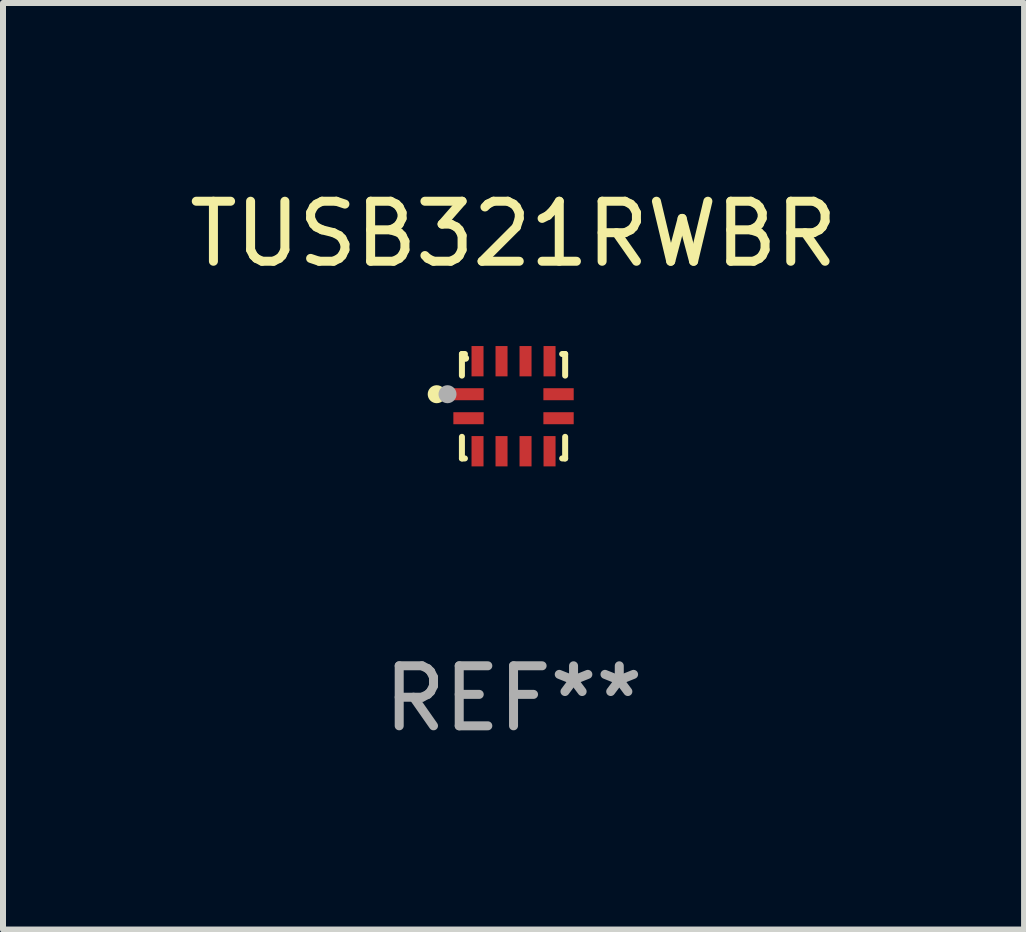
<source format=kicad_pcb>
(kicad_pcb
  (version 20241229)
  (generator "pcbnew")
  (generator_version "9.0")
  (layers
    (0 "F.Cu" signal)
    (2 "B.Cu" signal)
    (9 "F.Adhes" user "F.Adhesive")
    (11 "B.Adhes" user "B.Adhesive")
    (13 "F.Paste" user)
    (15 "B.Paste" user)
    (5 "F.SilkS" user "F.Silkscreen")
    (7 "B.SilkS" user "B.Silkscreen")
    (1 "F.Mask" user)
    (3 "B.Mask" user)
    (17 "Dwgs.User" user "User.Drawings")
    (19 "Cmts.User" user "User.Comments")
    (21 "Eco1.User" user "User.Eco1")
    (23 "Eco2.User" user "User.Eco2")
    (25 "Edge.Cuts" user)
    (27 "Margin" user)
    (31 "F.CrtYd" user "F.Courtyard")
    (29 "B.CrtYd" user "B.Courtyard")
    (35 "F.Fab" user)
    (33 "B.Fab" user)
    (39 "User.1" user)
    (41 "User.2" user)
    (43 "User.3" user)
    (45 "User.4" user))
  (footprint "TUSB321RWBR"
    (layer "F.Cu")
    (at 5.506 3.718)
    (property "Reference" "TUSB321RWBR" (at -0.000064 -2.87 0) (layer "F.SilkS") (effects (font (size 1 1) (thickness 0.15))))
    (attr through_hole)
    (fp_line (start -0.86 0.87) (end -0.86 0.51) (stroke (width 0.1) (type solid)) (layer "F.SilkS"))
    (fp_line (start -0.86 0.87) (end -0.81 0.87) (stroke (width 0.1) (type solid)) (layer "F.SilkS"))
    (fp_line (start -0.86 -0.87) (end -0.86 -0.51) (stroke (width 0.1) (type solid)) (layer "F.SilkS"))
    (fp_line (start -0.86 -0.87) (end -0.81 -0.87) (stroke (width 0.1) (type solid)) (layer "F.SilkS"))
    (fp_line (start 0.86 -0.87) (end 0.81 -0.87) (stroke (width 0.1) (type solid)) (layer "F.SilkS"))
    (fp_line (start 0.86 -0.87) (end 0.86 -0.51) (stroke (width 0.1) (type solid)) (layer "F.SilkS"))
    (fp_line (start 0.86 0.87) (end 0.86 0.51) (stroke (width 0.1) (type solid)) (layer "F.SilkS"))
    (fp_line (start 0.86 0.87) (end 0.81 0.87) (stroke (width 0.1) (type solid)) (layer "F.SilkS"))
    (fp_circle (center -1.28 -0.2) (end -1.205 -0.2) (stroke (width 0.15) (type solid)) (fill no) (layer "F.SilkS"))
    (fp_circle (center -0.8 -0.8) (end -0.77 -0.8) (stroke (width 0.06) (type solid)) (fill no) (layer "F.SilkS"))
    (fp_circle (center -1.1 -0.2) (end -1.025 -0.2) (stroke (width 0.15) (type solid)) (fill no) (layer "F.Fab"))
    (fp_text user "REF**" (at -0.000064 4.87 0) (layer "F.Fab") (effects (font (size 1 1) (thickness 0.15))))
    (pad "1" smd rect (at -0.75 -0.2 270) (size 0.2 0.505) (layers "F.Cu" "F.Mask" "F.Paste"))
    (pad "2" smd rect (at -0.75 0.2 270) (size 0.2 0.505) (layers "F.Cu" "F.Mask" "F.Paste"))
    (pad "3" smd rect (at -0.6 0.75 270) (size 0.505 0.2) (layers "F.Cu" "F.Mask" "F.Paste"))
    (pad "4" smd rect (at -0.2 0.75 270) (size 0.505 0.2) (layers "F.Cu" "F.Mask" "F.Paste"))
    (pad "5" smd rect (at 0.2 0.75 270) (size 0.505 0.2) (layers "F.Cu" "F.Mask" "F.Paste"))
    (pad "6" smd rect (at 0.6 0.75 270) (size 0.505 0.2) (layers "F.Cu" "F.Mask" "F.Paste"))
    (pad "7" smd rect (at 0.75 0.2 270) (size 0.2 0.505) (layers "F.Cu" "F.Mask" "F.Paste"))
    (pad "8" smd rect (at 0.75 -0.2 270) (size 0.2 0.505) (layers "F.Cu" "F.Mask" "F.Paste"))
    (pad "9" smd rect (at 0.6 -0.75 270) (size 0.505 0.2) (layers "F.Cu" "F.Mask" "F.Paste"))
    (pad "10" smd rect (at 0.2 -0.75 270) (size 0.505 0.2) (layers "F.Cu" "F.Mask" "F.Paste"))
    (pad "11" smd rect (at -0.2 -0.75 270) (size 0.505 0.2) (layers "F.Cu" "F.Mask" "F.Paste"))
    (pad "12" smd rect (at -0.6 -0.75 270) (size 0.505 0.2) (layers "F.Cu" "F.Mask" "F.Paste")))
  (gr_rect
    (start -3 -3)
    (end 14.012 12.437)
    (stroke (width 0.1) (type default))
    (fill no)
    (layer "Edge.Cuts")))
</source>
